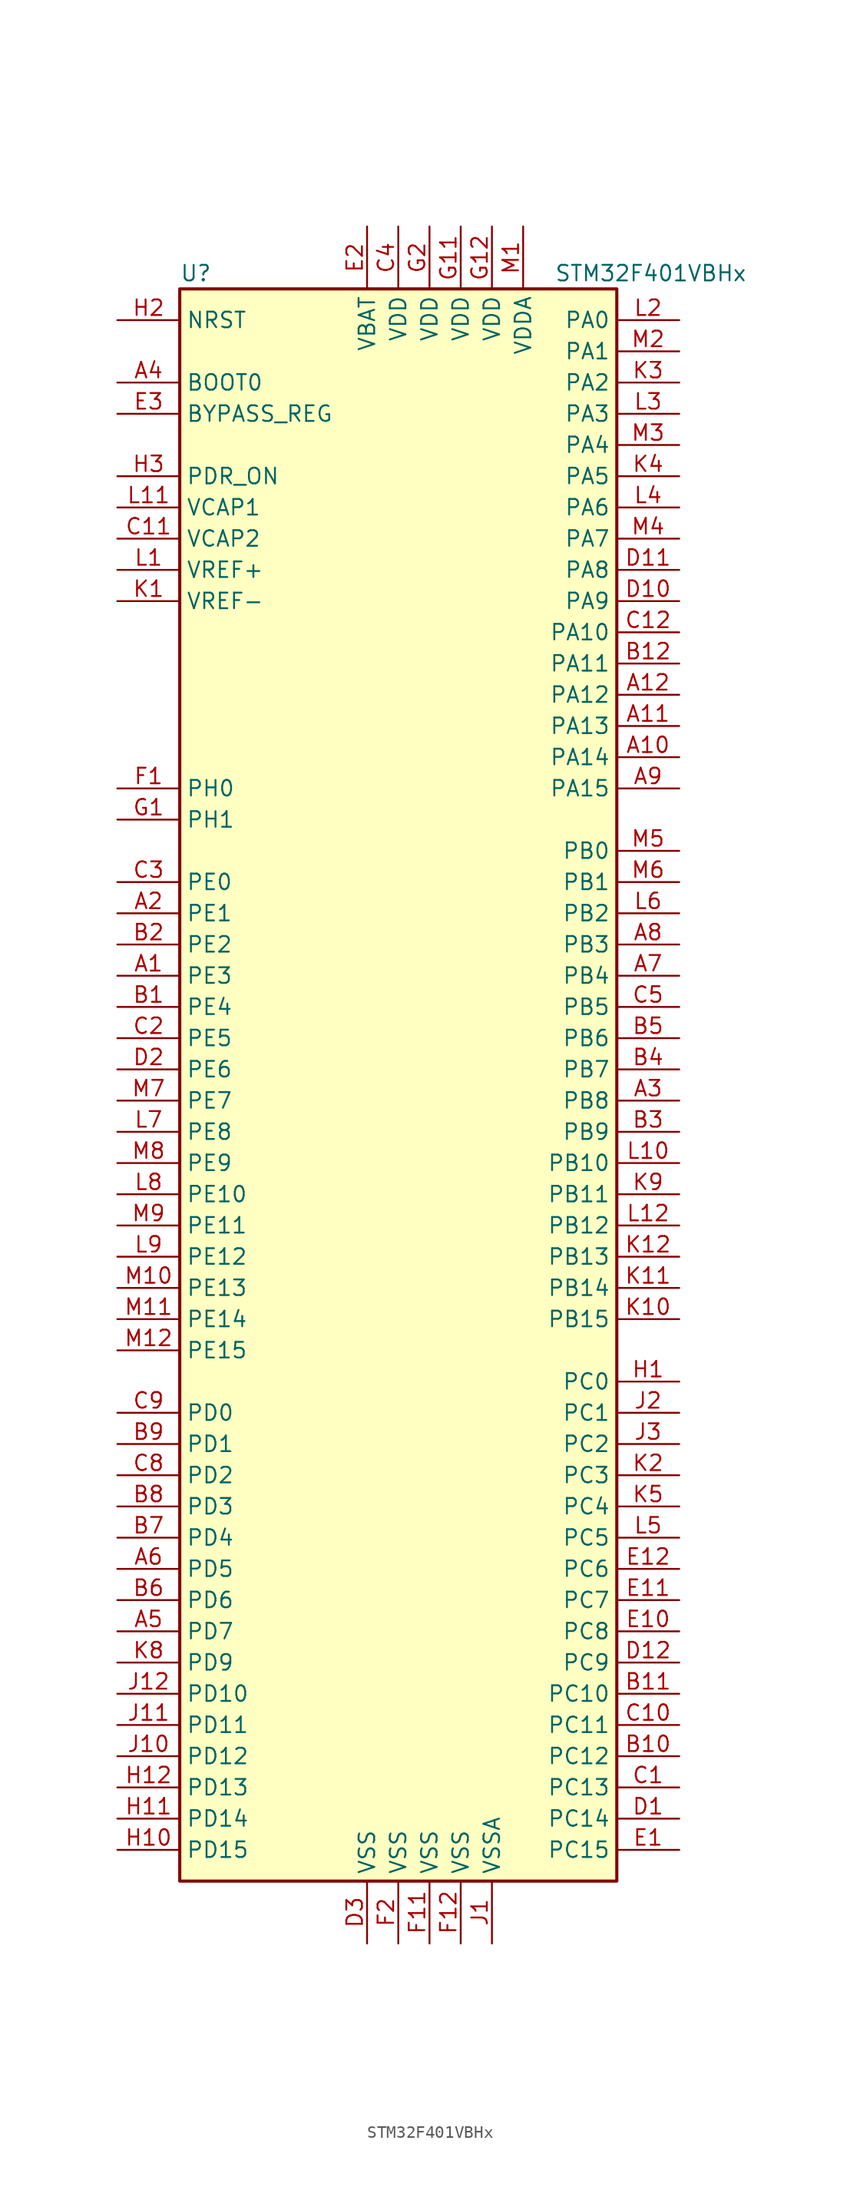
<source format=kicad_sym>
(kicad_symbol_lib
  (version 20220914)
  (generator kicad_symbol_editor)
  (symbol "STM32F401VBHx"
    (property "Reference" "U"
      (at -17.78 64.77 0)
      (effects (font (size 1.27 1.27)) (justify left)))
    (property "Value" "STM32F401VBHx"
      (at 12.7 64.77 0)
      (effects (font (size 1.27 1.27)) (justify left)))
    (symbol "STM32F401VBHx_0_1"
      (rectangle (start -17.78 -66.04) (end 17.78 63.5) (stroke (width 0.254) (type default)) (fill (type background))))
    (symbol "STM32F401VBHx_1_1"
      (pin bidirectional line (at -22.86 7.62 0) (length 5.08) (name "PE3" (effects (font (size 1.27 1.27)))) (number "A1" (effects (font (size 1.27 1.27)))))
      (pin bidirectional line (at 22.86 25.4 180) (length 5.08) (name "PA14" (effects (font (size 1.27 1.27)))) (number "A10" (effects (font (size 1.27 1.27)))))
      (pin bidirectional line (at 22.86 27.94 180) (length 5.08) (name "PA13" (effects (font (size 1.27 1.27)))) (number "A11" (effects (font (size 1.27 1.27)))))
      (pin bidirectional line (at 22.86 30.48 180) (length 5.08) (name "PA12" (effects (font (size 1.27 1.27)))) (number "A12" (effects (font (size 1.27 1.27)))))
      (pin bidirectional line (at -22.86 12.7 0) (length 5.08) (name "PE1" (effects (font (size 1.27 1.27)))) (number "A2" (effects (font (size 1.27 1.27)))))
      (pin bidirectional line (at 22.86 -2.54 180) (length 5.08) (name "PB8" (effects (font (size 1.27 1.27)))) (number "A3" (effects (font (size 1.27 1.27)))))
      (pin input line (at -22.86 55.88 0) (length 5.08) (name "BOOT0" (effects (font (size 1.27 1.27)))) (number "A4" (effects (font (size 1.27 1.27)))))
      (pin bidirectional line (at -22.86 -45.72 0) (length 5.08) (name "PD7" (effects (font (size 1.27 1.27)))) (number "A5" (effects (font (size 1.27 1.27)))))
      (pin bidirectional line (at -22.86 -40.64 0) (length 5.08) (name "PD5" (effects (font (size 1.27 1.27)))) (number "A6" (effects (font (size 1.27 1.27)))))
      (pin bidirectional line (at 22.86 7.62 180) (length 5.08) (name "PB4" (effects (font (size 1.27 1.27)))) (number "A7" (effects (font (size 1.27 1.27)))))
      (pin bidirectional line (at 22.86 10.16 180) (length 5.08) (name "PB3" (effects (font (size 1.27 1.27)))) (number "A8" (effects (font (size 1.27 1.27)))))
      (pin bidirectional line (at 22.86 22.86 180) (length 5.08) (name "PA15" (effects (font (size 1.27 1.27)))) (number "A9" (effects (font (size 1.27 1.27)))))
      (pin bidirectional line (at -22.86 5.08 0) (length 5.08) (name "PE4" (effects (font (size 1.27 1.27)))) (number "B1" (effects (font (size 1.27 1.27)))))
      (pin bidirectional line (at 22.86 -55.88 180) (length 5.08) (name "PC12" (effects (font (size 1.27 1.27)))) (number "B10" (effects (font (size 1.27 1.27)))))
      (pin bidirectional line (at 22.86 -50.8 180) (length 5.08) (name "PC10" (effects (font (size 1.27 1.27)))) (number "B11" (effects (font (size 1.27 1.27)))))
      (pin bidirectional line (at 22.86 33.02 180) (length 5.08) (name "PA11" (effects (font (size 1.27 1.27)))) (number "B12" (effects (font (size 1.27 1.27)))))
      (pin bidirectional line (at -22.86 10.16 0) (length 5.08) (name "PE2" (effects (font (size 1.27 1.27)))) (number "B2" (effects (font (size 1.27 1.27)))))
      (pin bidirectional line (at 22.86 -5.08 180) (length 5.08) (name "PB9" (effects (font (size 1.27 1.27)))) (number "B3" (effects (font (size 1.27 1.27)))))
      (pin bidirectional line (at 22.86 0 180) (length 5.08) (name "PB7" (effects (font (size 1.27 1.27)))) (number "B4" (effects (font (size 1.27 1.27)))))
      (pin bidirectional line (at 22.86 2.54 180) (length 5.08) (name "PB6" (effects (font (size 1.27 1.27)))) (number "B5" (effects (font (size 1.27 1.27)))))
      (pin bidirectional line (at -22.86 -43.18 0) (length 5.08) (name "PD6" (effects (font (size 1.27 1.27)))) (number "B6" (effects (font (size 1.27 1.27)))))
      (pin bidirectional line (at -22.86 -38.1 0) (length 5.08) (name "PD4" (effects (font (size 1.27 1.27)))) (number "B7" (effects (font (size 1.27 1.27)))))
      (pin bidirectional line (at -22.86 -35.56 0) (length 5.08) (name "PD3" (effects (font (size 1.27 1.27)))) (number "B8" (effects (font (size 1.27 1.27)))))
      (pin bidirectional line (at -22.86 -30.48 0) (length 5.08) (name "PD1" (effects (font (size 1.27 1.27)))) (number "B9" (effects (font (size 1.27 1.27)))))
      (pin bidirectional line (at 22.86 -58.42 180) (length 5.08) (name "PC13" (effects (font (size 1.27 1.27)))) (number "C1" (effects (font (size 1.27 1.27)))))
      (pin bidirectional line (at 22.86 -53.34 180) (length 5.08) (name "PC11" (effects (font (size 1.27 1.27)))) (number "C10" (effects (font (size 1.27 1.27)))))
      (pin power_in line (at -22.86 43.18 0) (length 5.08) (name "VCAP2" (effects (font (size 1.27 1.27)))) (number "C11" (effects (font (size 1.27 1.27)))))
      (pin bidirectional line (at 22.86 35.56 180) (length 5.08) (name "PA10" (effects (font (size 1.27 1.27)))) (number "C12" (effects (font (size 1.27 1.27)))))
      (pin bidirectional line (at -22.86 2.54 0) (length 5.08) (name "PE5" (effects (font (size 1.27 1.27)))) (number "C2" (effects (font (size 1.27 1.27)))))
      (pin bidirectional line (at -22.86 15.24 0) (length 5.08) (name "PE0" (effects (font (size 1.27 1.27)))) (number "C3" (effects (font (size 1.27 1.27)))))
      (pin power_in line (at 0 68.58 270) (length 5.08) (name "VDD" (effects (font (size 1.27 1.27)))) (number "C4" (effects (font (size 1.27 1.27)))))
      (pin bidirectional line (at 22.86 5.08 180) (length 5.08) (name "PB5" (effects (font (size 1.27 1.27)))) (number "C5" (effects (font (size 1.27 1.27)))))
      (pin bidirectional line (at -22.86 -33.02 0) (length 5.08) (name "PD2" (effects (font (size 1.27 1.27)))) (number "C8" (effects (font (size 1.27 1.27)))))
      (pin bidirectional line (at -22.86 -27.94 0) (length 5.08) (name "PD0" (effects (font (size 1.27 1.27)))) (number "C9" (effects (font (size 1.27 1.27)))))
      (pin bidirectional line (at 22.86 -60.96 180) (length 5.08) (name "PC14" (effects (font (size 1.27 1.27)))) (number "D1" (effects (font (size 1.27 1.27)))))
      (pin bidirectional line (at 22.86 38.1 180) (length 5.08) (name "PA9" (effects (font (size 1.27 1.27)))) (number "D10" (effects (font (size 1.27 1.27)))))
      (pin bidirectional line (at 22.86 40.64 180) (length 5.08) (name "PA8" (effects (font (size 1.27 1.27)))) (number "D11" (effects (font (size 1.27 1.27)))))
      (pin bidirectional line (at 22.86 -48.26 180) (length 5.08) (name "PC9" (effects (font (size 1.27 1.27)))) (number "D12" (effects (font (size 1.27 1.27)))))
      (pin bidirectional line (at -22.86 0 0) (length 5.08) (name "PE6" (effects (font (size 1.27 1.27)))) (number "D2" (effects (font (size 1.27 1.27)))))
      (pin power_in line (at -2.54 -71.12 90) (length 5.08) (name "VSS" (effects (font (size 1.27 1.27)))) (number "D3" (effects (font (size 1.27 1.27)))))
      (pin bidirectional line (at 22.86 -63.5 180) (length 5.08) (name "PC15" (effects (font (size 1.27 1.27)))) (number "E1" (effects (font (size 1.27 1.27)))))
      (pin bidirectional line (at 22.86 -45.72 180) (length 5.08) (name "PC8" (effects (font (size 1.27 1.27)))) (number "E10" (effects (font (size 1.27 1.27)))))
      (pin bidirectional line (at 22.86 -43.18 180) (length 5.08) (name "PC7" (effects (font (size 1.27 1.27)))) (number "E11" (effects (font (size 1.27 1.27)))))
      (pin bidirectional line (at 22.86 -40.64 180) (length 5.08) (name "PC6" (effects (font (size 1.27 1.27)))) (number "E12" (effects (font (size 1.27 1.27)))))
      (pin power_in line (at -2.54 68.58 270) (length 5.08) (name "VBAT" (effects (font (size 1.27 1.27)))) (number "E2" (effects (font (size 1.27 1.27)))))
      (pin input line (at -22.86 53.34 0) (length 5.08) (name "BYPASS_REG" (effects (font (size 1.27 1.27)))) (number "E3" (effects (font (size 1.27 1.27)))))
      (pin input line (at -22.86 22.86 0) (length 5.08) (name "PH0" (effects (font (size 1.27 1.27)))) (number "F1" (effects (font (size 1.27 1.27)))))
      (pin power_in line (at 2.54 -71.12 90) (length 5.08) (name "VSS" (effects (font (size 1.27 1.27)))) (number "F11" (effects (font (size 1.27 1.27)))))
      (pin power_in line (at 5.08 -71.12 90) (length 5.08) (name "VSS" (effects (font (size 1.27 1.27)))) (number "F12" (effects (font (size 1.27 1.27)))))
      (pin power_in line (at 0 -71.12 90) (length 5.08) (name "VSS" (effects (font (size 1.27 1.27)))) (number "F2" (effects (font (size 1.27 1.27)))))
      (pin input line (at -22.86 20.32 0) (length 5.08) (name "PH1" (effects (font (size 1.27 1.27)))) (number "G1" (effects (font (size 1.27 1.27)))))
      (pin power_in line (at 5.08 68.58 270) (length 5.08) (name "VDD" (effects (font (size 1.27 1.27)))) (number "G11" (effects (font (size 1.27 1.27)))))
      (pin power_in line (at 7.62 68.58 270) (length 5.08) (name "VDD" (effects (font (size 1.27 1.27)))) (number "G12" (effects (font (size 1.27 1.27)))))
      (pin power_in line (at 2.54 68.58 270) (length 5.08) (name "VDD" (effects (font (size 1.27 1.27)))) (number "G2" (effects (font (size 1.27 1.27)))))
      (pin bidirectional line (at 22.86 -25.4 180) (length 5.08) (name "PC0" (effects (font (size 1.27 1.27)))) (number "H1" (effects (font (size 1.27 1.27)))))
      (pin bidirectional line (at -22.86 -63.5 0) (length 5.08) (name "PD15" (effects (font (size 1.27 1.27)))) (number "H10" (effects (font (size 1.27 1.27)))))
      (pin bidirectional line (at -22.86 -60.96 0) (length 5.08) (name "PD14" (effects (font (size 1.27 1.27)))) (number "H11" (effects (font (size 1.27 1.27)))))
      (pin bidirectional line (at -22.86 -58.42 0) (length 5.08) (name "PD13" (effects (font (size 1.27 1.27)))) (number "H12" (effects (font (size 1.27 1.27)))))
      (pin input line (at -22.86 60.96 0) (length 5.08) (name "NRST" (effects (font (size 1.27 1.27)))) (number "H2" (effects (font (size 1.27 1.27)))))
      (pin power_in line (at -22.86 48.26 0) (length 5.08) (name "PDR_ON" (effects (font (size 1.27 1.27)))) (number "H3" (effects (font (size 1.27 1.27)))))
      (pin power_in line (at 7.62 -71.12 90) (length 5.08) (name "VSSA" (effects (font (size 1.27 1.27)))) (number "J1" (effects (font (size 1.27 1.27)))))
      (pin bidirectional line (at -22.86 -55.88 0) (length 5.08) (name "PD12" (effects (font (size 1.27 1.27)))) (number "J10" (effects (font (size 1.27 1.27)))))
      (pin bidirectional line (at -22.86 -53.34 0) (length 5.08) (name "PD11" (effects (font (size 1.27 1.27)))) (number "J11" (effects (font (size 1.27 1.27)))))
      (pin bidirectional line (at -22.86 -50.8 0) (length 5.08) (name "PD10" (effects (font (size 1.27 1.27)))) (number "J12" (effects (font (size 1.27 1.27)))))
      (pin bidirectional line (at 22.86 -27.94 180) (length 5.08) (name "PC1" (effects (font (size 1.27 1.27)))) (number "J2" (effects (font (size 1.27 1.27)))))
      (pin bidirectional line (at 22.86 -30.48 180) (length 5.08) (name "PC2" (effects (font (size 1.27 1.27)))) (number "J3" (effects (font (size 1.27 1.27)))))
      (pin power_in line (at -22.86 38.1 0) (length 5.08) (name "VREF-" (effects (font (size 1.27 1.27)))) (number "K1" (effects (font (size 1.27 1.27)))))
      (pin bidirectional line (at 22.86 -20.32 180) (length 5.08) (name "PB15" (effects (font (size 1.27 1.27)))) (number "K10" (effects (font (size 1.27 1.27)))))
      (pin bidirectional line (at 22.86 -17.78 180) (length 5.08) (name "PB14" (effects (font (size 1.27 1.27)))) (number "K11" (effects (font (size 1.27 1.27)))))
      (pin bidirectional line (at 22.86 -15.24 180) (length 5.08) (name "PB13" (effects (font (size 1.27 1.27)))) (number "K12" (effects (font (size 1.27 1.27)))))
      (pin bidirectional line (at 22.86 -33.02 180) (length 5.08) (name "PC3" (effects (font (size 1.27 1.27)))) (number "K2" (effects (font (size 1.27 1.27)))))
      (pin bidirectional line (at 22.86 55.88 180) (length 5.08) (name "PA2" (effects (font (size 1.27 1.27)))) (number "K3" (effects (font (size 1.27 1.27)))))
      (pin bidirectional line (at 22.86 48.26 180) (length 5.08) (name "PA5" (effects (font (size 1.27 1.27)))) (number "K4" (effects (font (size 1.27 1.27)))))
      (pin bidirectional line (at 22.86 -35.56 180) (length 5.08) (name "PC4" (effects (font (size 1.27 1.27)))) (number "K5" (effects (font (size 1.27 1.27)))))
      (pin bidirectional line (at -22.86 -48.26 0) (length 5.08) (name "PD9" (effects (font (size 1.27 1.27)))) (number "K8" (effects (font (size 1.27 1.27)))))
      (pin bidirectional line (at 22.86 -10.16 180) (length 5.08) (name "PB11" (effects (font (size 1.27 1.27)))) (number "K9" (effects (font (size 1.27 1.27)))))
      (pin power_in line (at -22.86 40.64 0) (length 5.08) (name "VREF+" (effects (font (size 1.27 1.27)))) (number "L1" (effects (font (size 1.27 1.27)))))
      (pin bidirectional line (at 22.86 -7.62 180) (length 5.08) (name "PB10" (effects (font (size 1.27 1.27)))) (number "L10" (effects (font (size 1.27 1.27)))))
      (pin power_in line (at -22.86 45.72 0) (length 5.08) (name "VCAP1" (effects (font (size 1.27 1.27)))) (number "L11" (effects (font (size 1.27 1.27)))))
      (pin bidirectional line (at 22.86 -12.7 180) (length 5.08) (name "PB12" (effects (font (size 1.27 1.27)))) (number "L12" (effects (font (size 1.27 1.27)))))
      (pin bidirectional line (at 22.86 60.96 180) (length 5.08) (name "PA0" (effects (font (size 1.27 1.27)))) (number "L2" (effects (font (size 1.27 1.27)))))
      (pin bidirectional line (at 22.86 53.34 180) (length 5.08) (name "PA3" (effects (font (size 1.27 1.27)))) (number "L3" (effects (font (size 1.27 1.27)))))
      (pin bidirectional line (at 22.86 45.72 180) (length 5.08) (name "PA6" (effects (font (size 1.27 1.27)))) (number "L4" (effects (font (size 1.27 1.27)))))
      (pin bidirectional line (at 22.86 -38.1 180) (length 5.08) (name "PC5" (effects (font (size 1.27 1.27)))) (number "L5" (effects (font (size 1.27 1.27)))))
      (pin bidirectional line (at 22.86 12.7 180) (length 5.08) (name "PB2" (effects (font (size 1.27 1.27)))) (number "L6" (effects (font (size 1.27 1.27)))))
      (pin bidirectional line (at -22.86 -5.08 0) (length 5.08) (name "PE8" (effects (font (size 1.27 1.27)))) (number "L7" (effects (font (size 1.27 1.27)))))
      (pin bidirectional line (at -22.86 -10.16 0) (length 5.08) (name "PE10" (effects (font (size 1.27 1.27)))) (number "L8" (effects (font (size 1.27 1.27)))))
      (pin bidirectional line (at -22.86 -15.24 0) (length 5.08) (name "PE12" (effects (font (size 1.27 1.27)))) (number "L9" (effects (font (size 1.27 1.27)))))
      (pin power_in line (at 10.16 68.58 270) (length 5.08) (name "VDDA" (effects (font (size 1.27 1.27)))) (number "M1" (effects (font (size 1.27 1.27)))))
      (pin bidirectional line (at -22.86 -17.78 0) (length 5.08) (name "PE13" (effects (font (size 1.27 1.27)))) (number "M10" (effects (font (size 1.27 1.27)))))
      (pin bidirectional line (at -22.86 -20.32 0) (length 5.08) (name "PE14" (effects (font (size 1.27 1.27)))) (number "M11" (effects (font (size 1.27 1.27)))))
      (pin bidirectional line (at -22.86 -22.86 0) (length 5.08) (name "PE15" (effects (font (size 1.27 1.27)))) (number "M12" (effects (font (size 1.27 1.27)))))
      (pin bidirectional line (at 22.86 58.42 180) (length 5.08) (name "PA1" (effects (font (size 1.27 1.27)))) (number "M2" (effects (font (size 1.27 1.27)))))
      (pin bidirectional line (at 22.86 50.8 180) (length 5.08) (name "PA4" (effects (font (size 1.27 1.27)))) (number "M3" (effects (font (size 1.27 1.27)))))
      (pin bidirectional line (at 22.86 43.18 180) (length 5.08) (name "PA7" (effects (font (size 1.27 1.27)))) (number "M4" (effects (font (size 1.27 1.27)))))
      (pin bidirectional line (at 22.86 17.78 180) (length 5.08) (name "PB0" (effects (font (size 1.27 1.27)))) (number "M5" (effects (font (size 1.27 1.27)))))
      (pin bidirectional line (at 22.86 15.24 180) (length 5.08) (name "PB1" (effects (font (size 1.27 1.27)))) (number "M6" (effects (font (size 1.27 1.27)))))
      (pin bidirectional line (at -22.86 -2.54 0) (length 5.08) (name "PE7" (effects (font (size 1.27 1.27)))) (number "M7" (effects (font (size 1.27 1.27)))))
      (pin bidirectional line (at -22.86 -7.62 0) (length 5.08) (name "PE9" (effects (font (size 1.27 1.27)))) (number "M8" (effects (font (size 1.27 1.27)))))
      (pin bidirectional line (at -22.86 -12.7 0) (length 5.08) (name "PE11" (effects (font (size 1.27 1.27)))) (number "M9" (effects (font (size 1.27 1.27))))))))
</source>
